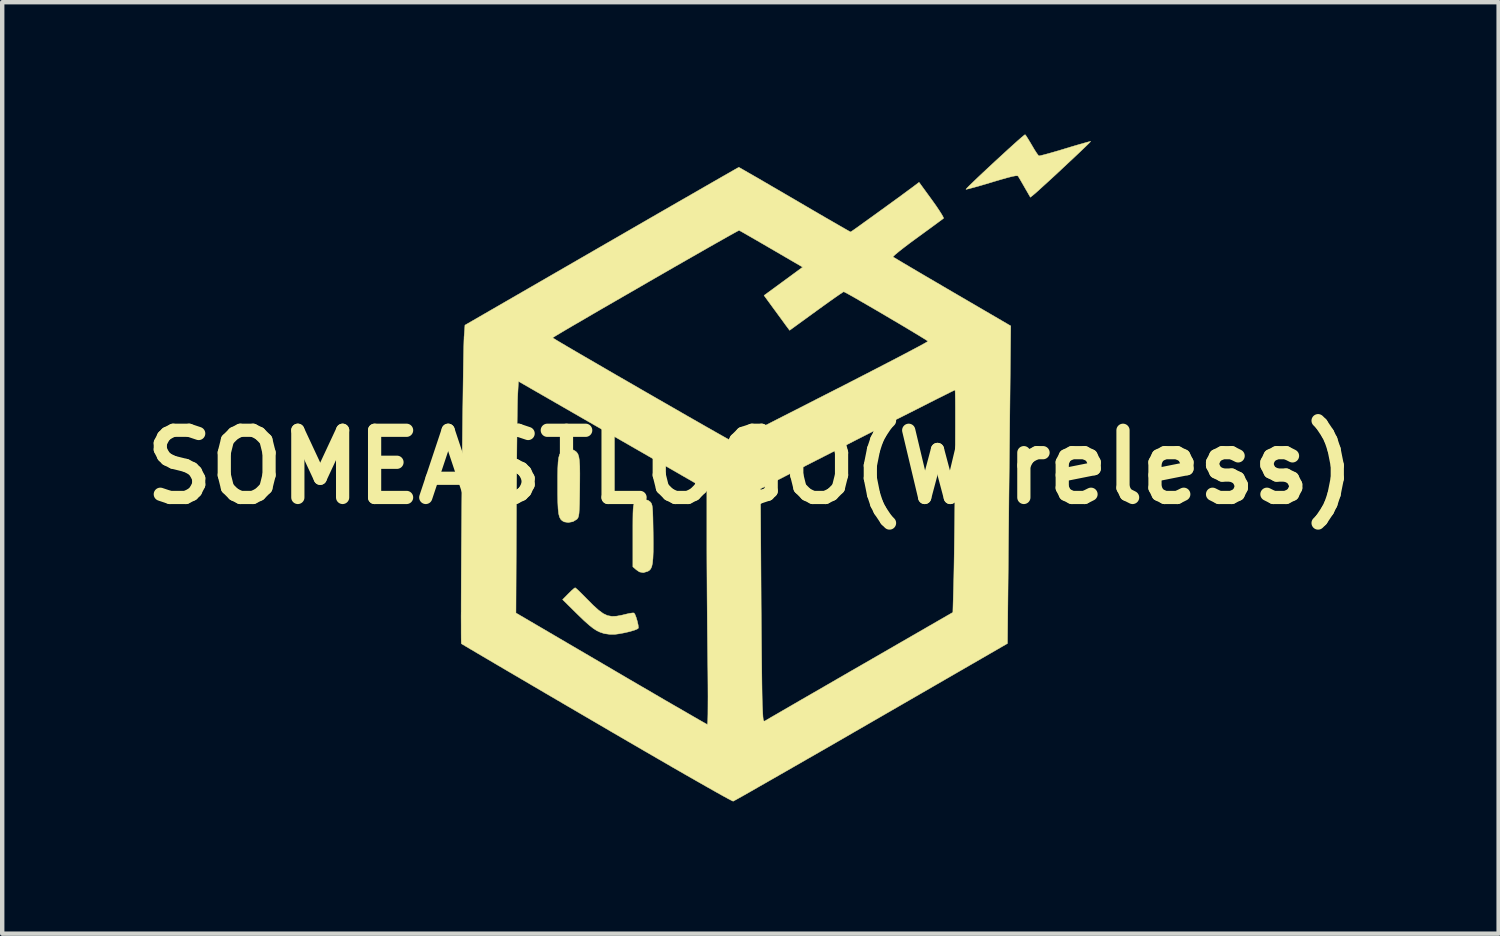
<source format=kicad_pcb>
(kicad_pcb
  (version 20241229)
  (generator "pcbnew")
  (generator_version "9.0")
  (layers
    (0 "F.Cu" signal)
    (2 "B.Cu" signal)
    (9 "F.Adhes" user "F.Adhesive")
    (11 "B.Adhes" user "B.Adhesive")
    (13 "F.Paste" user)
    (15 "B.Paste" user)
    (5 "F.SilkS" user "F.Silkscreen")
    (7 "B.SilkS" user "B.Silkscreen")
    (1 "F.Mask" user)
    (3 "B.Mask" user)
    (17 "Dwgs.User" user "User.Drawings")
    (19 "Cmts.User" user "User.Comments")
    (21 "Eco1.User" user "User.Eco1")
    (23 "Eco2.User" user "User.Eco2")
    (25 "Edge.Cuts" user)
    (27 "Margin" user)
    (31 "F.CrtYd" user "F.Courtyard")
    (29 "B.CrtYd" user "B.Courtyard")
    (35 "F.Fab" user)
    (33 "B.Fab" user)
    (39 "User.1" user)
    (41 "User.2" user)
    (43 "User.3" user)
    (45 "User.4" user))
  (footprint "SOMEASTLOGO(Wireless)"
    (layer "F.Cu")
    (at 13.977 7.548)
    (property "Reference" "SOMEASTLOGO(Wireless)" (at 0 0 0) (layer "F.SilkS") (effects (font (size 1.524 1.524) (thickness 0.3))))
    (attr through_hole)
    (fp_poly (pts (xy -2.32 0.756) (xy -2.275 0.788) (xy -2.256 0.81) (xy -2.241 0.837) (xy -2.23 0.877) (xy -2.222 0.938) (xy -2.216 1.025) (xy -2.212 1.149) (xy -2.209 1.314) (xy -2.206 1.489) (xy -2.204 1.73) (xy -2.205 1.921) (xy -2.211 2.068) (xy -2.221 2.177) (xy -2.238 2.256) (xy -2.262 2.31) (xy -2.294 2.345) (xy -2.329 2.366) (xy -2.431 2.396) (xy -2.518 2.379) (xy -2.588 2.331) (xy -2.667 2.263) (xy -2.667 1.555) (xy -2.667 1.337) (xy -2.666 1.168) (xy -2.664 1.042) (xy -2.66 0.951) (xy -2.653 0.887) (xy -2.644 0.845) (xy -2.631 0.817) (xy -2.614 0.796) (xy -2.607 0.788) (xy -2.522 0.739) (xy -2.418 0.728) (xy -2.32 0.756)) (stroke (width 0.01) (type solid)) (fill yes) (layer "F.SilkS"))
    (fp_poly (pts (xy -4.053 -0.402) (xy -4.034 -0.395) (xy -3.984 -0.37) (xy -3.944 -0.339) (xy -3.914 -0.296) (xy -3.893 -0.232) (xy -3.88 -0.142) (xy -3.872 -0.019) (xy -3.87 0.144) (xy -3.871 0.353) (xy -3.872 0.466) (xy -3.875 0.677) (xy -3.878 0.839) (xy -3.883 0.959) (xy -3.888 1.045) (xy -3.897 1.103) (xy -3.908 1.141) (xy -3.923 1.167) (xy -3.937 1.184) (xy -4.026 1.238) (xy -4.133 1.258) (xy -4.225 1.243) (xy -4.27 1.218) (xy -4.305 1.184) (xy -4.332 1.132) (xy -4.351 1.057) (xy -4.363 0.951) (xy -4.37 0.807) (xy -4.374 0.62) (xy -4.374 0.423) (xy -4.374 0.197) (xy -4.37 0.02) (xy -4.363 -0.115) (xy -4.35 -0.214) (xy -4.33 -0.284) (xy -4.302 -0.332) (xy -4.264 -0.366) (xy -4.215 -0.391) (xy -4.206 -0.395) (xy -4.128 -0.416) (xy -4.053 -0.402)) (stroke (width 0.01) (type solid)) (fill yes) (layer "F.SilkS"))
    (fp_poly (pts (xy -3.951 2.757) (xy -3.894 2.809) (xy -3.816 2.886) (xy -3.723 2.98) (xy -3.722 2.981) (xy -3.571 3.133) (xy -3.446 3.246) (xy -3.34 3.324) (xy -3.242 3.37) (xy -3.143 3.388) (xy -3.034 3.383) (xy -2.904 3.358) (xy -2.844 3.343) (xy -2.749 3.321) (xy -2.675 3.31) (xy -2.641 3.311) (xy -2.619 3.343) (xy -2.592 3.412) (xy -2.566 3.499) (xy -2.547 3.585) (xy -2.54 3.652) (xy -2.566 3.674) (xy -2.635 3.702) (xy -2.736 3.732) (xy -2.855 3.76) (xy -2.981 3.783) (xy -3.076 3.796) (xy -3.187 3.796) (xy -3.305 3.78) (xy -3.332 3.773) (xy -3.413 3.746) (xy -3.489 3.71) (xy -3.57 3.657) (xy -3.663 3.583) (xy -3.776 3.482) (xy -3.917 3.346) (xy -3.958 3.306) (xy -4.261 3.007) (xy -4.128 2.872) (xy -4.059 2.804) (xy -4.004 2.756) (xy -3.977 2.738) (xy -3.951 2.757)) (stroke (width 0.01) (type solid)) (fill yes) (layer "F.SilkS"))
    (fp_poly (pts (xy 6.254 -7.518) (xy 6.295 -7.454) (xy 6.35 -7.363) (xy 6.385 -7.304) (xy 6.445 -7.202) (xy 6.498 -7.12) (xy 6.535 -7.071) (xy 6.546 -7.061) (xy 6.58 -7.066) (xy 6.66 -7.086) (xy 6.776 -7.117) (xy 6.922 -7.159) (xy 7.088 -7.208) (xy 7.142 -7.225) (xy 7.311 -7.276) (xy 7.461 -7.32) (xy 7.584 -7.355) (xy 7.672 -7.379) (xy 7.716 -7.389) (xy 7.72 -7.389) (xy 7.702 -7.368) (xy 7.649 -7.315) (xy 7.566 -7.235) (xy 7.46 -7.134) (xy 7.336 -7.017) (xy 7.2 -6.89) (xy 7.059 -6.758) (xy 6.919 -6.627) (xy 6.784 -6.503) (xy 6.662 -6.392) (xy 6.559 -6.298) (xy 6.48 -6.227) (xy 6.433 -6.187) (xy 6.353 -6.122) (xy 6.226 -6.342) (xy 6.167 -6.445) (xy 6.117 -6.531) (xy 6.083 -6.588) (xy 6.076 -6.6) (xy 6.058 -6.61) (xy 6.018 -6.609) (xy 5.95 -6.597) (xy 5.847 -6.571) (xy 5.704 -6.531) (xy 5.514 -6.475) (xy 5.479 -6.464) (xy 5.308 -6.413) (xy 5.157 -6.369) (xy 5.032 -6.335) (xy 4.943 -6.312) (xy 4.897 -6.302) (xy 4.892 -6.303) (xy 4.909 -6.324) (xy 4.961 -6.378) (xy 5.044 -6.458) (xy 5.15 -6.56) (xy 5.275 -6.678) (xy 5.412 -6.806) (xy 5.555 -6.939) (xy 5.699 -7.071) (xy 5.836 -7.197) (xy 5.963 -7.312) (xy 6.071 -7.409) (xy 6.157 -7.484) (xy 6.213 -7.53) (xy 6.233 -7.543) (xy 6.254 -7.518)) (stroke (width 0.01) (type solid)) (fill yes) (layer "F.SilkS"))
    (fp_poly (pts (xy -0.237 -6.788) (xy -0.167 -6.748) (xy -0.058 -6.685) (xy 0.087 -6.602) (xy 0.262 -6.501) (xy 0.462 -6.384) (xy 0.684 -6.255) (xy 0.922 -6.116) (xy 1.005 -6.068) (xy 1.247 -5.926) (xy 1.475 -5.793) (xy 1.683 -5.672) (xy 1.867 -5.566) (xy 2.023 -5.476) (xy 2.145 -5.406) (xy 2.229 -5.358) (xy 2.27 -5.336) (xy 2.274 -5.334) (xy 2.298 -5.35) (xy 2.362 -5.394) (xy 2.458 -5.462) (xy 2.579 -5.55) (xy 2.72 -5.651) (xy 2.874 -5.762) (xy 3.034 -5.878) (xy 3.194 -5.994) (xy 3.347 -6.105) (xy 3.486 -6.207) (xy 3.605 -6.295) (xy 3.698 -6.363) (xy 3.741 -6.396) (xy 3.827 -6.461) (xy 4.117 -6.063) (xy 4.21 -5.933) (xy 4.287 -5.818) (xy 4.345 -5.726) (xy 4.378 -5.666) (xy 4.383 -5.644) (xy 4.355 -5.623) (xy 4.287 -5.573) (xy 4.187 -5.499) (xy 4.06 -5.406) (xy 3.913 -5.299) (xy 3.787 -5.207) (xy 3.631 -5.093) (xy 3.494 -4.989) (xy 3.38 -4.9) (xy 3.295 -4.83) (xy 3.246 -4.785) (xy 3.236 -4.769) (xy 3.264 -4.751) (xy 3.337 -4.708) (xy 3.449 -4.641) (xy 3.596 -4.554) (xy 3.774 -4.449) (xy 3.978 -4.329) (xy 4.204 -4.197) (xy 4.446 -4.055) (xy 4.583 -3.975) (xy 5.907 -3.203) (xy 5.889 -1.468) (xy 5.885 -1.101) (xy 5.881 -0.691) (xy 5.876 -0.25) (xy 5.871 0.209) (xy 5.866 0.675) (xy 5.862 1.133) (xy 5.857 1.572) (xy 5.853 1.978) (xy 5.852 2.136) (xy 5.833 4.003) (xy 2.744 5.787) (xy 2.359 6.009) (xy 1.987 6.224) (xy 1.631 6.429) (xy 1.294 6.622) (xy 0.979 6.803) (xy 0.689 6.969) (xy 0.427 7.119) (xy 0.196 7.251) (xy -0.001 7.364) (xy -0.161 7.455) (xy -0.281 7.522) (xy -0.359 7.565) (xy -0.391 7.582) (xy -0.391 7.582) (xy -0.421 7.569) (xy -0.496 7.53) (xy -0.615 7.465) (xy -0.773 7.377) (xy -0.969 7.266) (xy -1.198 7.136) (xy -1.459 6.987) (xy -1.748 6.821) (xy -2.062 6.639) (xy -2.399 6.444) (xy -2.755 6.237) (xy -3.128 6.02) (xy -3.485 5.811) (xy -3.867 5.588) (xy -4.235 5.373) (xy -4.587 5.167) (xy -4.92 4.972) (xy -5.23 4.79) (xy -5.515 4.623) (xy -5.772 4.472) (xy -5.998 4.339) (xy -6.19 4.226) (xy -6.344 4.135) (xy -6.459 4.067) (xy -6.531 4.024) (xy -6.557 4.008) (xy -6.56 3.977) (xy -6.562 3.895) (xy -6.563 3.764) (xy -6.563 3.59) (xy -6.564 3.375) (xy -6.563 3.311) (xy -5.32 3.311) (xy -3.161 4.575) (xy -2.841 4.763) (xy -2.534 4.942) (xy -2.245 5.11) (xy -1.977 5.267) (xy -1.733 5.408) (xy -1.516 5.533) (xy -1.331 5.64) (xy -1.182 5.726) (xy -1.07 5.79) (xy -1 5.829) (xy -0.976 5.841) (xy -0.971 5.813) (xy -0.967 5.733) (xy -0.964 5.603) (xy -0.963 5.428) (xy -0.962 5.21) (xy -0.963 4.953) (xy -0.965 4.661) (xy -0.969 4.339) (xy -0.973 4.001) (xy -0.977 3.638) (xy -0.98 3.261) (xy -0.983 2.884) (xy -0.985 2.517) (xy -0.987 2.174) (xy -0.988 1.867) (xy -0.988 1.675) (xy -0.988 0.513) (xy -1.024 0.493) (xy 0.228 0.493) (xy 0.242 2.765) (xy 0.244 3.129) (xy 0.247 3.484) (xy 0.25 3.826) (xy 0.253 4.149) (xy 0.256 4.447) (xy 0.259 4.717) (xy 0.262 4.952) (xy 0.265 5.147) (xy 0.268 5.297) (xy 0.271 5.397) (xy 0.272 5.413) (xy 0.279 5.564) (xy 0.285 5.667) (xy 0.292 5.73) (xy 0.303 5.76) (xy 0.318 5.766) (xy 0.34 5.755) (xy 0.349 5.75) (xy 0.382 5.73) (xy 0.46 5.684) (xy 0.58 5.615) (xy 0.738 5.523) (xy 0.93 5.412) (xy 1.152 5.283) (xy 1.402 5.139) (xy 1.674 4.982) (xy 1.966 4.813) (xy 2.274 4.635) (xy 2.502 4.504) (xy 4.594 3.297) (xy 4.611 2.686) (xy 4.616 2.501) (xy 4.62 2.283) (xy 4.624 2.035) (xy 4.628 1.764) (xy 4.632 1.474) (xy 4.636 1.17) (xy 4.639 0.857) (xy 4.642 0.541) (xy 4.645 0.225) (xy 4.647 -0.083) (xy 4.649 -0.381) (xy 4.65 -0.662) (xy 4.651 -0.922) (xy 4.651 -1.155) (xy 4.651 -1.357) (xy 4.65 -1.523) (xy 4.648 -1.647) (xy 4.646 -1.724) (xy 4.643 -1.75) (xy 4.615 -1.737) (xy 4.541 -1.701) (xy 4.424 -1.642) (xy 4.267 -1.564) (xy 4.075 -1.467) (xy 3.851 -1.353) (xy 3.598 -1.225) (xy 3.32 -1.085) (xy 3.022 -0.933) (xy 2.706 -0.772) (xy 2.425 -0.629) (xy 0.228 0.493) (xy -1.024 0.493) (xy -3.126 -0.716) (xy -5.263 -1.946) (xy -5.281 -1.612) (xy -5.284 -1.531) (xy -5.287 -1.399) (xy -5.29 -1.22) (xy -5.293 -1.001) (xy -5.296 -0.744) (xy -5.299 -0.457) (xy -5.302 -0.143) (xy -5.304 0.191) (xy -5.307 0.542) (xy -5.309 0.904) (xy -5.309 1.017) (xy -5.32 3.311) (xy -6.563 3.311) (xy -6.563 3.125) (xy -6.562 2.844) (xy -6.561 2.535) (xy -6.559 2.203) (xy -6.557 1.852) (xy -6.554 1.486) (xy -6.551 1.109) (xy -6.548 0.726) (xy -6.544 0.341) (xy -6.541 -0.043) (xy -6.537 -0.42) (xy -6.533 -0.788) (xy -6.529 -1.141) (xy -6.524 -1.476) (xy -6.52 -1.788) (xy -6.516 -2.073) (xy -6.512 -2.327) (xy -6.508 -2.547) (xy -6.504 -2.727) (xy -6.5 -2.863) (xy -6.497 -2.934) (xy -4.487 -2.934) (xy -4.463 -2.918) (xy -4.395 -2.876) (xy -4.286 -2.811) (xy -4.142 -2.726) (xy -3.966 -2.623) (xy -3.763 -2.505) (xy -3.537 -2.374) (xy -3.293 -2.232) (xy -3.035 -2.082) (xy -2.767 -1.928) (xy -2.494 -1.77) (xy -2.22 -1.612) (xy -1.95 -1.457) (xy -1.687 -1.306) (xy -1.437 -1.162) (xy -1.204 -1.029) (xy -0.991 -0.907) (xy -0.804 -0.801) (xy -0.647 -0.712) (xy -0.524 -0.643) (xy -0.439 -0.596) (xy -0.398 -0.575) (xy -0.394 -0.573) (xy -0.367 -0.587) (xy -0.294 -0.624) (xy -0.177 -0.683) (xy -0.021 -0.762) (xy 0.171 -0.86) (xy 0.395 -0.973) (xy 0.647 -1.102) (xy 0.924 -1.243) (xy 1.223 -1.395) (xy 1.539 -1.557) (xy 1.83 -1.705) (xy 2.158 -1.872) (xy 2.471 -2.033) (xy 2.766 -2.185) (xy 3.039 -2.326) (xy 3.286 -2.454) (xy 3.504 -2.568) (xy 3.689 -2.666) (xy 3.838 -2.745) (xy 3.946 -2.804) (xy 4.011 -2.842) (xy 4.03 -2.855) (xy 4.005 -2.873) (xy 3.937 -2.916) (xy 3.833 -2.98) (xy 3.7 -3.06) (xy 3.544 -3.154) (xy 3.371 -3.257) (xy 3.187 -3.365) (xy 3 -3.476) (xy 2.815 -3.584) (xy 2.639 -3.686) (xy 2.478 -3.779) (xy 2.34 -3.859) (xy 2.229 -3.921) (xy 2.153 -3.962) (xy 2.118 -3.979) (xy 2.117 -3.979) (xy 2.09 -3.963) (xy 2.023 -3.918) (xy 1.923 -3.849) (xy 1.796 -3.759) (xy 1.648 -3.653) (xy 1.493 -3.541) (xy 0.89 -3.103) (xy 0.833 -3.179) (xy 0.795 -3.23) (xy 0.733 -3.316) (xy 0.653 -3.425) (xy 0.564 -3.547) (xy 0.543 -3.575) (xy 0.31 -3.894) (xy 0.586 -4.096) (xy 0.713 -4.189) (xy 0.843 -4.284) (xy 0.957 -4.368) (xy 1.024 -4.417) (xy 1.186 -4.537) (xy 0.475 -4.951) (xy 0.293 -5.057) (xy 0.127 -5.153) (xy -0.017 -5.236) (xy -0.132 -5.302) (xy -0.213 -5.348) (xy -0.254 -5.37) (xy -0.257 -5.371) (xy -0.284 -5.358) (xy -0.355 -5.319) (xy -0.467 -5.257) (xy -0.614 -5.174) (xy -0.793 -5.073) (xy -0.999 -4.956) (xy -1.228 -4.825) (xy -1.475 -4.684) (xy -1.737 -4.534) (xy -2.008 -4.378) (xy -2.286 -4.218) (xy -2.564 -4.057) (xy -2.84 -3.898) (xy -3.108 -3.743) (xy -3.365 -3.595) (xy -3.606 -3.455) (xy -3.826 -3.326) (xy -4.023 -3.212) (xy -4.19 -3.114) (xy -4.324 -3.034) (xy -4.421 -2.976) (xy -4.476 -2.942) (xy -4.487 -2.934) (xy -6.497 -2.934) (xy -6.497 -2.953) (xy -6.495 -2.972) (xy -6.477 -3.22) (xy -3.376 -5.011) (xy -2.991 -5.233) (xy -2.619 -5.448) (xy -2.264 -5.653) (xy -1.929 -5.846) (xy -1.615 -6.027) (xy -1.327 -6.192) (xy -1.067 -6.342) (xy -0.839 -6.473) (xy -0.644 -6.585) (xy -0.486 -6.675) (xy -0.368 -6.743) (xy -0.293 -6.785) (xy -0.264 -6.801) (xy -0.263 -6.802) (xy -0.237 -6.788)) (stroke (width 0.01) (type solid)) (fill yes) (layer "F.SilkS")))
  (gr_rect
    (start -3 -3)
    (end 30.955 18.135)
    (stroke (width 0.1) (type default))
    (fill no)
    (layer "Edge.Cuts")))
</source>
